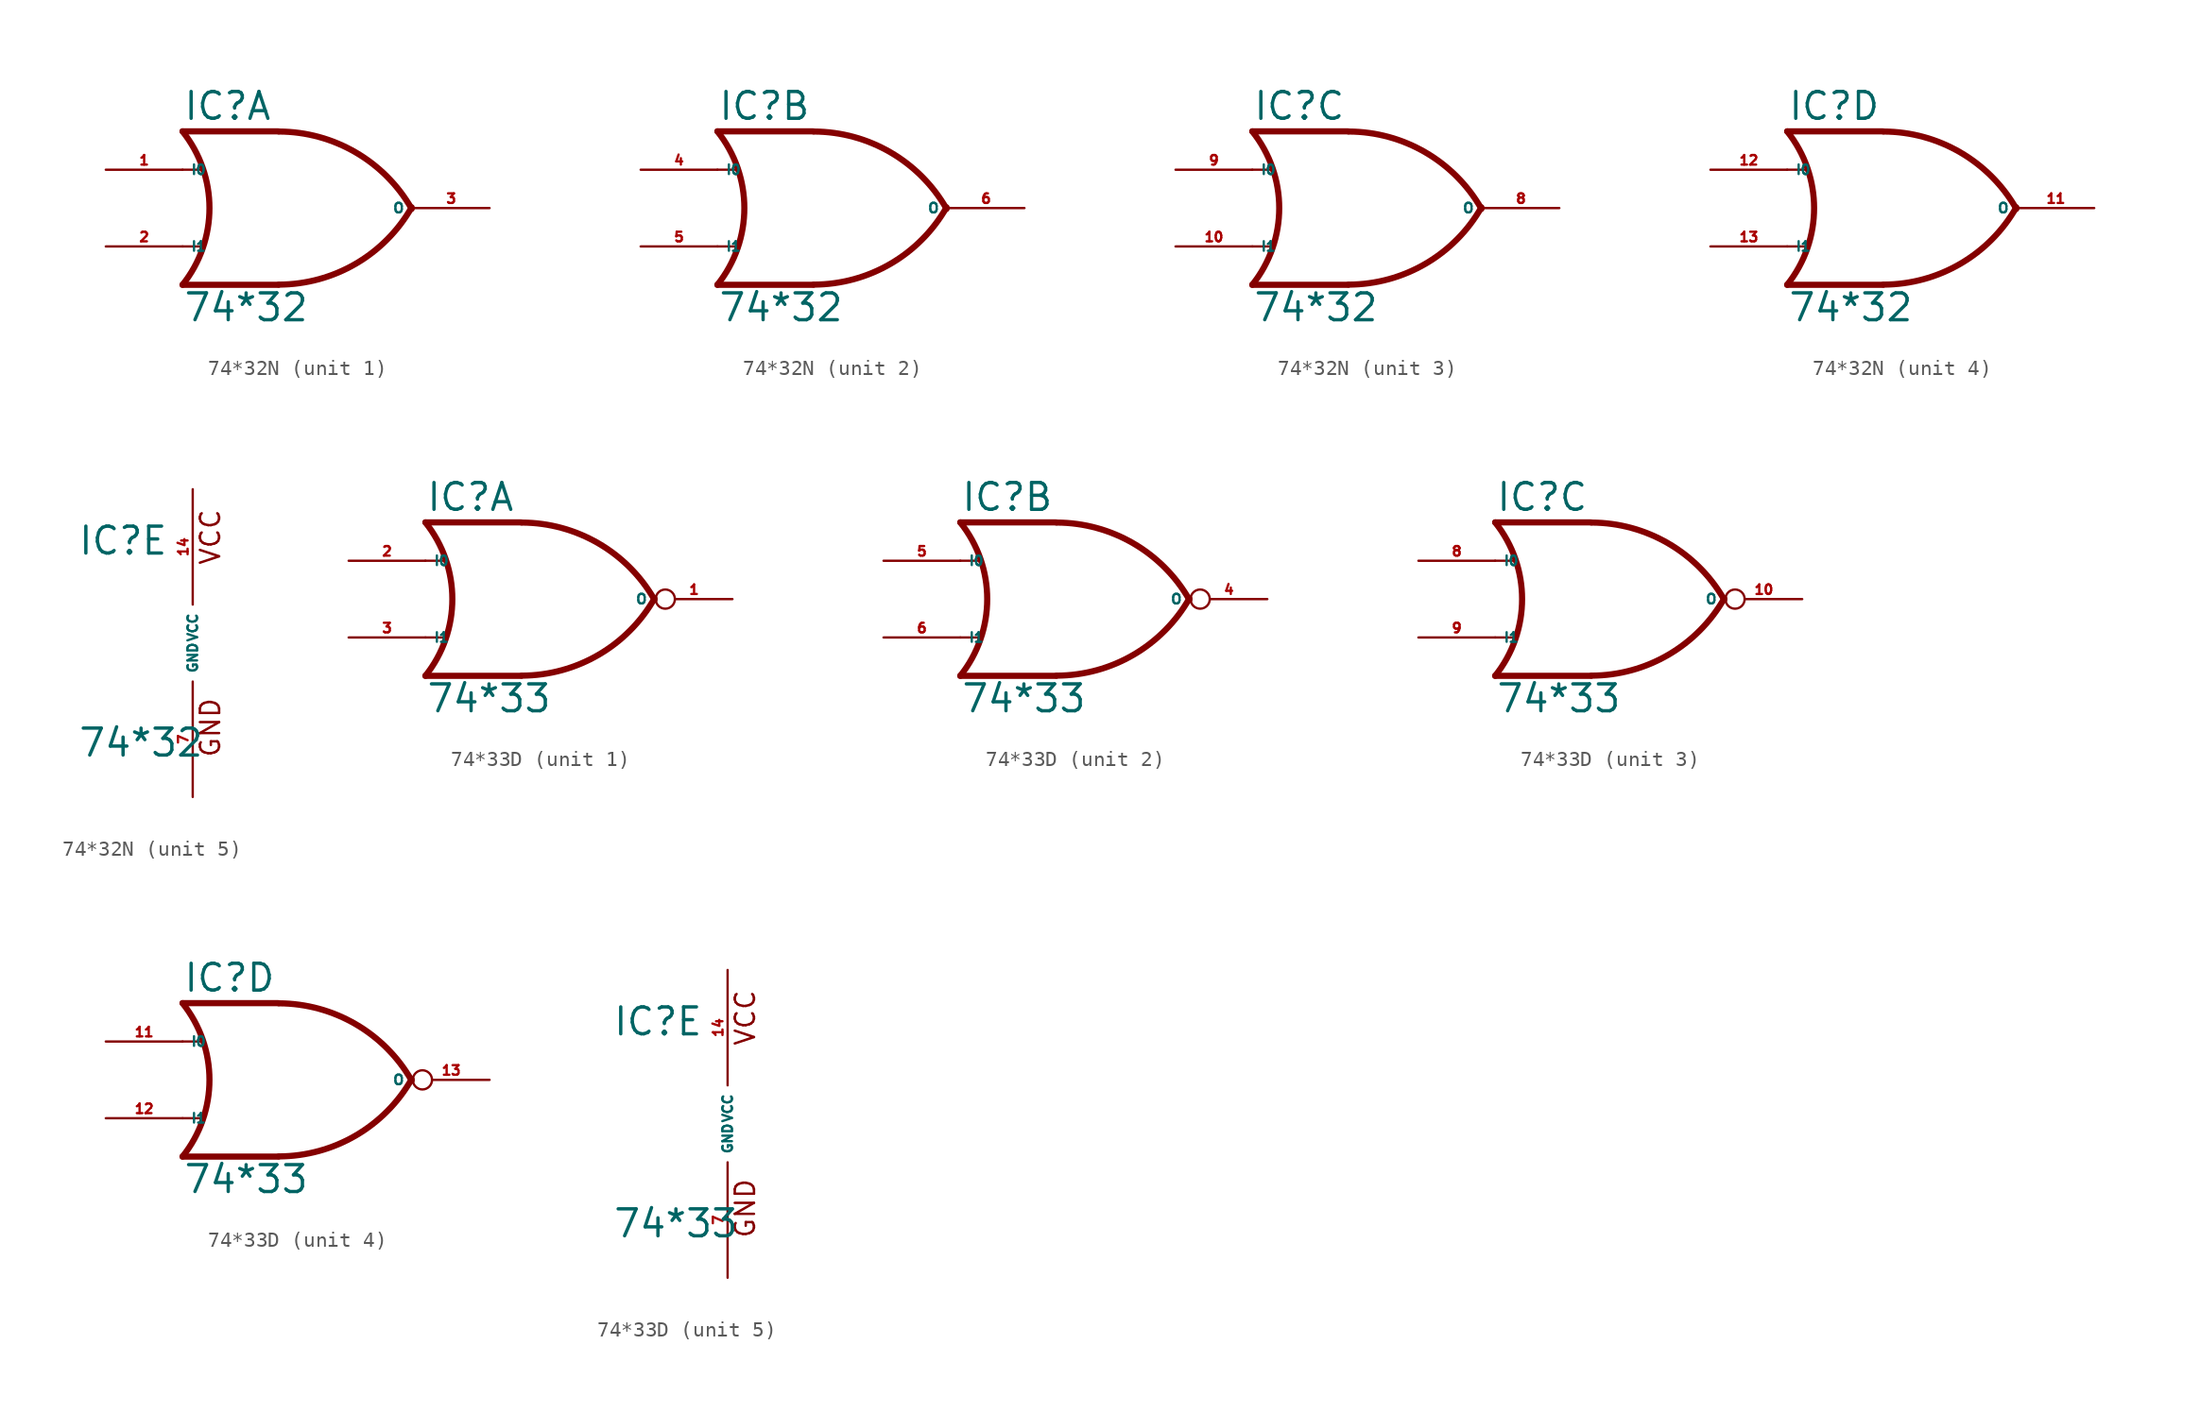
<source format=kicad_sym>
(kicad_symbol_lib
  (version 20220914)
  (generator Eagle2Kicad)
  (symbol "74*32N"
    (property "Reference" "IC"
      (at -7.62 5.715 0)
      (effects (font (size 1.778 1.778) (thickness 0.22)) (justify left bottom)))
    (property "Value" "74*32"
      (at -7.62 -7.62 0)
      (effects (font (size 1.778 1.778) (thickness 0.22)) (justify left bottom)))
    (symbol "74*32N_1_0"
      (polyline (pts (xy -1.27 5.08) (xy -7.62 5.08)) (stroke (width 0.406) (type default)) (fill (type none)))
      (polyline (pts (xy -1.27 -5.08) (xy -7.62 -5.08)) (stroke (width 0.406) (type default)) (fill (type none)))
      (polyline (pts (xy -7.62 2.54) (xy -6.35 2.54)) (stroke (width 0.152) (type default)) (fill (type none)))
      (polyline (pts (xy -7.62 -2.54) (xy -6.35 -2.54)) (stroke (width 0.152) (type default)) (fill (type none)))
      (arc (start -1.2446 -5.0678) (mid 3.837 -3.689) (end 7.5439 0.0507) (stroke (width 0.4064) (type default)) (fill (type none)))
      (arc (start 7.5442 -0.0505) (mid 3.837 3.689) (end -1.2446 5.0678) (stroke (width 0.4064) (type default)) (fill (type none)))
      (arc (start -7.62 -5.08) (mid -5.838 0.000) (end -7.62 5.08) (stroke (width 0.4064) (type default)) (fill (type none)))
      (pin input line (at -12.7 2.54 0) (length 5.08) (name "I0" (effects (font (size 0.635 0.635) (thickness 0.08)) (justify left bottom))) (number "1" (effects (font (size 0.635 0.635) (thickness 0.08)) (justify left bottom))))
      (pin input line (at -12.7 -2.54 0) (length 5.08) (name "I1" (effects (font (size 0.635 0.635) (thickness 0.08)) (justify left bottom))) (number "2" (effects (font (size 0.635 0.635) (thickness 0.08)) (justify left bottom))))
      (pin output line (at 12.7 0 180) (length 5.08) (name "O" (effects (font (size 0.635 0.635) (thickness 0.08)) (justify left bottom))) (number "3" (effects (font (size 0.635 0.635) (thickness 0.08)) (justify left bottom)))))
    (symbol "74*32N_2_0"
      (polyline (pts (xy -1.27 5.08) (xy -7.62 5.08)) (stroke (width 0.406) (type default)) (fill (type none)))
      (polyline (pts (xy -1.27 -5.08) (xy -7.62 -5.08)) (stroke (width 0.406) (type default)) (fill (type none)))
      (polyline (pts (xy -7.62 2.54) (xy -6.35 2.54)) (stroke (width 0.152) (type default)) (fill (type none)))
      (polyline (pts (xy -7.62 -2.54) (xy -6.35 -2.54)) (stroke (width 0.152) (type default)) (fill (type none)))
      (arc (start -1.2446 -5.0678) (mid 3.837 -3.689) (end 7.5439 0.0507) (stroke (width 0.4064) (type default)) (fill (type none)))
      (arc (start 7.5442 -0.0505) (mid 3.837 3.689) (end -1.2446 5.0678) (stroke (width 0.4064) (type default)) (fill (type none)))
      (arc (start -7.62 -5.08) (mid -5.838 0.000) (end -7.62 5.08) (stroke (width 0.4064) (type default)) (fill (type none)))
      (pin input line (at -12.7 2.54 0) (length 5.08) (name "I0" (effects (font (size 0.635 0.635) (thickness 0.08)) (justify left bottom))) (number "4" (effects (font (size 0.635 0.635) (thickness 0.08)) (justify left bottom))))
      (pin input line (at -12.7 -2.54 0) (length 5.08) (name "I1" (effects (font (size 0.635 0.635) (thickness 0.08)) (justify left bottom))) (number "5" (effects (font (size 0.635 0.635) (thickness 0.08)) (justify left bottom))))
      (pin output line (at 12.7 0 180) (length 5.08) (name "O" (effects (font (size 0.635 0.635) (thickness 0.08)) (justify left bottom))) (number "6" (effects (font (size 0.635 0.635) (thickness 0.08)) (justify left bottom)))))
    (symbol "74*32N_3_0"
      (polyline (pts (xy -1.27 5.08) (xy -7.62 5.08)) (stroke (width 0.406) (type default)) (fill (type none)))
      (polyline (pts (xy -1.27 -5.08) (xy -7.62 -5.08)) (stroke (width 0.406) (type default)) (fill (type none)))
      (polyline (pts (xy -7.62 2.54) (xy -6.35 2.54)) (stroke (width 0.152) (type default)) (fill (type none)))
      (polyline (pts (xy -7.62 -2.54) (xy -6.35 -2.54)) (stroke (width 0.152) (type default)) (fill (type none)))
      (arc (start -1.2446 -5.0678) (mid 3.837 -3.689) (end 7.5439 0.0507) (stroke (width 0.4064) (type default)) (fill (type none)))
      (arc (start 7.5442 -0.0505) (mid 3.837 3.689) (end -1.2446 5.0678) (stroke (width 0.4064) (type default)) (fill (type none)))
      (arc (start -7.62 -5.08) (mid -5.838 0.000) (end -7.62 5.08) (stroke (width 0.4064) (type default)) (fill (type none)))
      (pin input line (at -12.7 2.54 0) (length 5.08) (name "I0" (effects (font (size 0.635 0.635) (thickness 0.08)) (justify left bottom))) (number "9" (effects (font (size 0.635 0.635) (thickness 0.08)) (justify left bottom))))
      (pin input line (at -12.7 -2.54 0) (length 5.08) (name "I1" (effects (font (size 0.635 0.635) (thickness 0.08)) (justify left bottom))) (number "10" (effects (font (size 0.635 0.635) (thickness 0.08)) (justify left bottom))))
      (pin output line (at 12.7 0 180) (length 5.08) (name "O" (effects (font (size 0.635 0.635) (thickness 0.08)) (justify left bottom))) (number "8" (effects (font (size 0.635 0.635) (thickness 0.08)) (justify left bottom)))))
    (symbol "74*32N_4_0"
      (polyline (pts (xy -1.27 5.08) (xy -7.62 5.08)) (stroke (width 0.406) (type default)) (fill (type none)))
      (polyline (pts (xy -1.27 -5.08) (xy -7.62 -5.08)) (stroke (width 0.406) (type default)) (fill (type none)))
      (polyline (pts (xy -7.62 2.54) (xy -6.35 2.54)) (stroke (width 0.152) (type default)) (fill (type none)))
      (polyline (pts (xy -7.62 -2.54) (xy -6.35 -2.54)) (stroke (width 0.152) (type default)) (fill (type none)))
      (arc (start -1.2446 -5.0678) (mid 3.837 -3.689) (end 7.5439 0.0507) (stroke (width 0.4064) (type default)) (fill (type none)))
      (arc (start 7.5442 -0.0505) (mid 3.837 3.689) (end -1.2446 5.0678) (stroke (width 0.4064) (type default)) (fill (type none)))
      (arc (start -7.62 -5.08) (mid -5.838 0.000) (end -7.62 5.08) (stroke (width 0.4064) (type default)) (fill (type none)))
      (pin input line (at -12.7 2.54 0) (length 5.08) (name "I0" (effects (font (size 0.635 0.635) (thickness 0.08)) (justify left bottom))) (number "12" (effects (font (size 0.635 0.635) (thickness 0.08)) (justify left bottom))))
      (pin input line (at -12.7 -2.54 0) (length 5.08) (name "I1" (effects (font (size 0.635 0.635) (thickness 0.08)) (justify left bottom))) (number "13" (effects (font (size 0.635 0.635) (thickness 0.08)) (justify left bottom))))
      (pin output line (at 12.7 0 180) (length 5.08) (name "O" (effects (font (size 0.635 0.635) (thickness 0.08)) (justify left bottom))) (number "11" (effects (font (size 0.635 0.635) (thickness 0.08)) (justify left bottom)))))
    (symbol "74*32N_5_0"
      (text "GND" (at 1.905 -7.62 900) (effects (font (size 1.27 1.27) (thickness 0.16)) (justify left bottom)))
      (text "VCC" (at 1.905 5.08 900) (effects (font (size 1.27 1.27) (thickness 0.16)) (justify left bottom)))
      (pin unspecified line (at 0 -10.16 90) (length 7.62) (name "GND" (effects (font (size 0.635 0.635) (thickness 0.08)) (justify left bottom))) (number "7" (effects (font (size 0.635 0.635) (thickness 0.08)) (justify left bottom))))
      (pin unspecified line (at 0 10.16 270) (length 7.62) (name "VCC" (effects (font (size 0.635 0.635) (thickness 0.08)) (justify left bottom))) (number "14" (effects (font (size 0.635 0.635) (thickness 0.08)) (justify left bottom))))))
  (symbol "74*33D"
    (property "Reference" "IC"
      (at -7.62 5.715 0)
      (effects (font (size 1.778 1.778) (thickness 0.22)) (justify left bottom)))
    (property "Value" "74*33"
      (at -7.62 -7.62 0)
      (effects (font (size 1.778 1.778) (thickness 0.22)) (justify left bottom)))
    (symbol "74*33D_1_0"
      (polyline (pts (xy -1.27 5.08) (xy -7.62 5.08)) (stroke (width 0.406) (type default)) (fill (type none)))
      (polyline (pts (xy -1.27 -5.08) (xy -7.62 -5.08)) (stroke (width 0.406) (type default)) (fill (type none)))
      (polyline (pts (xy -7.62 2.54) (xy -6.35 2.54)) (stroke (width 0.152) (type default)) (fill (type none)))
      (polyline (pts (xy -7.62 -2.54) (xy -6.35 -2.54)) (stroke (width 0.152) (type default)) (fill (type none)))
      (arc (start -1.2446 -5.0678) (mid 3.837 -3.689) (end 7.5439 0.0507) (stroke (width 0.4064) (type default)) (fill (type none)))
      (arc (start 7.5442 -0.0505) (mid 3.837 3.689) (end -1.2446 5.0678) (stroke (width 0.4064) (type default)) (fill (type none)))
      (arc (start -7.62 -5.08) (mid -5.838 0.000) (end -7.62 5.08) (stroke (width 0.4064) (type default)) (fill (type none)))
      (pin output inverted (at 12.7 0 180) (length 5.08) (name "O" (effects (font (size 0.635 0.635) (thickness 0.08)) (justify left bottom))) (number "1" (effects (font (size 0.635 0.635) (thickness 0.08)) (justify left bottom))))
      (pin input line (at -12.7 2.54 0) (length 5.08) (name "I0" (effects (font (size 0.635 0.635) (thickness 0.08)) (justify left bottom))) (number "2" (effects (font (size 0.635 0.635) (thickness 0.08)) (justify left bottom))))
      (pin input line (at -12.7 -2.54 0) (length 5.08) (name "I1" (effects (font (size 0.635 0.635) (thickness 0.08)) (justify left bottom))) (number "3" (effects (font (size 0.635 0.635) (thickness 0.08)) (justify left bottom)))))
    (symbol "74*33D_2_0"
      (polyline (pts (xy -1.27 5.08) (xy -7.62 5.08)) (stroke (width 0.406) (type default)) (fill (type none)))
      (polyline (pts (xy -1.27 -5.08) (xy -7.62 -5.08)) (stroke (width 0.406) (type default)) (fill (type none)))
      (polyline (pts (xy -7.62 2.54) (xy -6.35 2.54)) (stroke (width 0.152) (type default)) (fill (type none)))
      (polyline (pts (xy -7.62 -2.54) (xy -6.35 -2.54)) (stroke (width 0.152) (type default)) (fill (type none)))
      (arc (start -1.2446 -5.0678) (mid 3.837 -3.689) (end 7.5439 0.0507) (stroke (width 0.4064) (type default)) (fill (type none)))
      (arc (start 7.5442 -0.0505) (mid 3.837 3.689) (end -1.2446 5.0678) (stroke (width 0.4064) (type default)) (fill (type none)))
      (arc (start -7.62 -5.08) (mid -5.838 0.000) (end -7.62 5.08) (stroke (width 0.4064) (type default)) (fill (type none)))
      (pin output inverted (at 12.7 0 180) (length 5.08) (name "O" (effects (font (size 0.635 0.635) (thickness 0.08)) (justify left bottom))) (number "4" (effects (font (size 0.635 0.635) (thickness 0.08)) (justify left bottom))))
      (pin input line (at -12.7 2.54 0) (length 5.08) (name "I0" (effects (font (size 0.635 0.635) (thickness 0.08)) (justify left bottom))) (number "5" (effects (font (size 0.635 0.635) (thickness 0.08)) (justify left bottom))))
      (pin input line (at -12.7 -2.54 0) (length 5.08) (name "I1" (effects (font (size 0.635 0.635) (thickness 0.08)) (justify left bottom))) (number "6" (effects (font (size 0.635 0.635) (thickness 0.08)) (justify left bottom)))))
    (symbol "74*33D_3_0"
      (polyline (pts (xy -1.27 5.08) (xy -7.62 5.08)) (stroke (width 0.406) (type default)) (fill (type none)))
      (polyline (pts (xy -1.27 -5.08) (xy -7.62 -5.08)) (stroke (width 0.406) (type default)) (fill (type none)))
      (polyline (pts (xy -7.62 2.54) (xy -6.35 2.54)) (stroke (width 0.152) (type default)) (fill (type none)))
      (polyline (pts (xy -7.62 -2.54) (xy -6.35 -2.54)) (stroke (width 0.152) (type default)) (fill (type none)))
      (arc (start -1.2446 -5.0678) (mid 3.837 -3.689) (end 7.5439 0.0507) (stroke (width 0.4064) (type default)) (fill (type none)))
      (arc (start 7.5442 -0.0505) (mid 3.837 3.689) (end -1.2446 5.0678) (stroke (width 0.4064) (type default)) (fill (type none)))
      (arc (start -7.62 -5.08) (mid -5.838 0.000) (end -7.62 5.08) (stroke (width 0.4064) (type default)) (fill (type none)))
      (pin output inverted (at 12.7 0 180) (length 5.08) (name "O" (effects (font (size 0.635 0.635) (thickness 0.08)) (justify left bottom))) (number "10" (effects (font (size 0.635 0.635) (thickness 0.08)) (justify left bottom))))
      (pin input line (at -12.7 2.54 0) (length 5.08) (name "I0" (effects (font (size 0.635 0.635) (thickness 0.08)) (justify left bottom))) (number "8" (effects (font (size 0.635 0.635) (thickness 0.08)) (justify left bottom))))
      (pin input line (at -12.7 -2.54 0) (length 5.08) (name "I1" (effects (font (size 0.635 0.635) (thickness 0.08)) (justify left bottom))) (number "9" (effects (font (size 0.635 0.635) (thickness 0.08)) (justify left bottom)))))
    (symbol "74*33D_4_0"
      (polyline (pts (xy -1.27 5.08) (xy -7.62 5.08)) (stroke (width 0.406) (type default)) (fill (type none)))
      (polyline (pts (xy -1.27 -5.08) (xy -7.62 -5.08)) (stroke (width 0.406) (type default)) (fill (type none)))
      (polyline (pts (xy -7.62 2.54) (xy -6.35 2.54)) (stroke (width 0.152) (type default)) (fill (type none)))
      (polyline (pts (xy -7.62 -2.54) (xy -6.35 -2.54)) (stroke (width 0.152) (type default)) (fill (type none)))
      (arc (start -1.2446 -5.0678) (mid 3.837 -3.689) (end 7.5439 0.0507) (stroke (width 0.4064) (type default)) (fill (type none)))
      (arc (start 7.5442 -0.0505) (mid 3.837 3.689) (end -1.2446 5.0678) (stroke (width 0.4064) (type default)) (fill (type none)))
      (arc (start -7.62 -5.08) (mid -5.838 0.000) (end -7.62 5.08) (stroke (width 0.4064) (type default)) (fill (type none)))
      (pin output inverted (at 12.7 0 180) (length 5.08) (name "O" (effects (font (size 0.635 0.635) (thickness 0.08)) (justify left bottom))) (number "13" (effects (font (size 0.635 0.635) (thickness 0.08)) (justify left bottom))))
      (pin input line (at -12.7 2.54 0) (length 5.08) (name "I0" (effects (font (size 0.635 0.635) (thickness 0.08)) (justify left bottom))) (number "11" (effects (font (size 0.635 0.635) (thickness 0.08)) (justify left bottom))))
      (pin input line (at -12.7 -2.54 0) (length 5.08) (name "I1" (effects (font (size 0.635 0.635) (thickness 0.08)) (justify left bottom))) (number "12" (effects (font (size 0.635 0.635) (thickness 0.08)) (justify left bottom)))))
    (symbol "74*33D_5_0"
      (text "GND" (at 1.905 -7.62 900) (effects (font (size 1.27 1.27) (thickness 0.16)) (justify left bottom)))
      (text "VCC" (at 1.905 5.08 900) (effects (font (size 1.27 1.27) (thickness 0.16)) (justify left bottom)))
      (pin unspecified line (at 0 -10.16 90) (length 7.62) (name "GND" (effects (font (size 0.635 0.635) (thickness 0.08)) (justify left bottom))) (number "7" (effects (font (size 0.635 0.635) (thickness 0.08)) (justify left bottom))))
      (pin unspecified line (at 0 10.16 270) (length 7.62) (name "VCC" (effects (font (size 0.635 0.635) (thickness 0.08)) (justify left bottom))) (number "14" (effects (font (size 0.635 0.635) (thickness 0.08)) (justify left bottom)))))))
</source>
